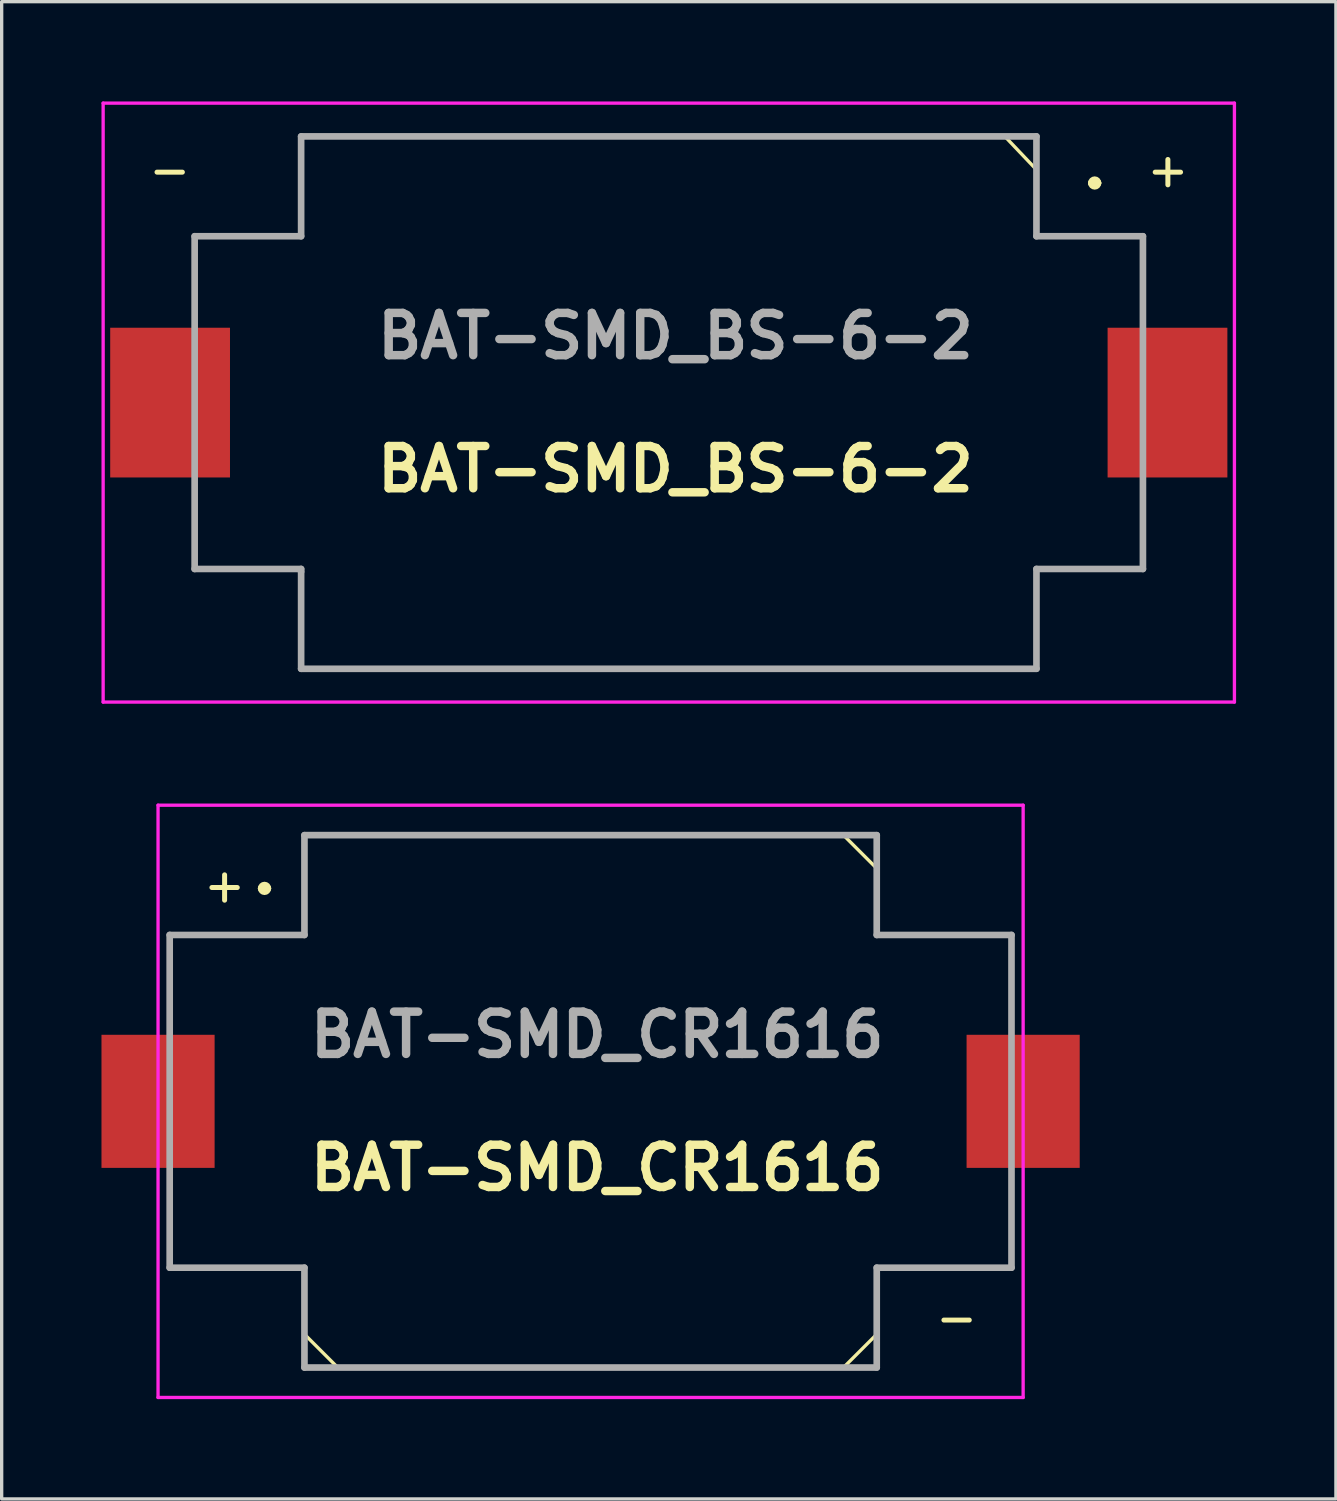
<source format=kicad_pcb>
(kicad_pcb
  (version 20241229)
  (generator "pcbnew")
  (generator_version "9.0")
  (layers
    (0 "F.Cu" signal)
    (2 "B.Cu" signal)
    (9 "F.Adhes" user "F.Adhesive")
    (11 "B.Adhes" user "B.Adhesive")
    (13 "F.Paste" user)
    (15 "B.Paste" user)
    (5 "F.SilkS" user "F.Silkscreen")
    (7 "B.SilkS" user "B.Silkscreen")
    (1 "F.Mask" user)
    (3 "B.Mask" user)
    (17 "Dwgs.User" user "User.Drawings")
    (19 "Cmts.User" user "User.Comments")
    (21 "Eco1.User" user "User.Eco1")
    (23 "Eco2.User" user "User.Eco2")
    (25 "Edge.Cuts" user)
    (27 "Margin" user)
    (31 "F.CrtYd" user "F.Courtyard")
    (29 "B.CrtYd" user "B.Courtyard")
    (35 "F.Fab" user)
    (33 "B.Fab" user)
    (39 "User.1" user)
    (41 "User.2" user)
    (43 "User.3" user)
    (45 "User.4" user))
  (footprint "BAT-SMD_BS-6-2"
    (layer "F.Cu")
    (at 17.05 9.05)
    (property "Reference" "BAT-SMD_BS-6-2" (at 0.2 2 180) (layer "F.SilkS") (effects (font (size 1.27 1.27) (thickness 0.254))))
    (attr smd)
    (fp_line (start -14.25 -5) (end -14.25 -2.54) (stroke (width 0.1) (type solid)) (layer "F.SilkS"))
    (fp_line (start -14.25 2.54) (end -14.25 5) (stroke (width 0.1) (type solid)) (layer "F.SilkS"))
    (fp_line (start -14.25 5) (end -11.05 5) (stroke (width 0.1) (type solid)) (layer "F.SilkS"))
    (fp_line (start -11.05 -8) (end -11.05 -5) (stroke (width 0.1) (type solid)) (layer "F.SilkS"))
    (fp_line (start -11.05 -5) (end -14.25 -5) (stroke (width 0.1) (type solid)) (layer "F.SilkS"))
    (fp_line (start -11.05 5) (end -11.05 8) (stroke (width 0.1) (type solid)) (layer "F.SilkS"))
    (fp_line (start -11.05 8) (end 11.05 8) (stroke (width 0.1) (type solid)) (layer "F.SilkS"))
    (fp_line (start 10.1 -8) (end -11.05 -8) (stroke (width 0.1) (type solid)) (layer "F.SilkS"))
    (fp_line (start 10.1 -8) (end 11.05 -7) (stroke (width 0.1) (type solid)) (layer "F.SilkS"))
    (fp_line (start 11.05 -5) (end 11.05 -7) (stroke (width 0.1) (type solid)) (layer "F.SilkS"))
    (fp_line (start 11.05 5) (end 14.25 5) (stroke (width 0.1) (type solid)) (layer "F.SilkS"))
    (fp_line (start 11.05 5.08) (end 11.05 5) (stroke (width 0.1) (type solid)) (layer "F.SilkS"))
    (fp_line (start 11.05 8) (end 11.05 5.08) (stroke (width 0.1) (type solid)) (layer "F.SilkS"))
    (fp_line (start 12.7 -6.6) (end 12.7 -6.6) (stroke (width 0.2) (type solid)) (layer "F.SilkS"))
    (fp_line (start 12.9 -6.6) (end 12.9 -6.6) (stroke (width 0.2) (type solid)) (layer "F.SilkS"))
    (fp_line (start 14.25 -5) (end 11.05 -5) (stroke (width 0.1) (type solid)) (layer "F.SilkS"))
    (fp_line (start 14.25 -2.54) (end 14.25 -5) (stroke (width 0.1) (type solid)) (layer "F.SilkS"))
    (fp_line (start 14.25 5) (end 14.25 2.54) (stroke (width 0.1) (type solid)) (layer "F.SilkS"))
    (fp_arc (start 12.7 -6.6) (mid 12.8 -6.7) (end 12.9 -6.6) (stroke (width 0.2) (type solid)) (layer "F.SilkS"))
    (fp_arc (start 12.9 -6.6) (mid 12.8 -6.5) (end 12.7 -6.6) (stroke (width 0.2) (type solid)) (layer "F.SilkS"))
    (fp_line (start -17 -9) (end 17 -9) (stroke (width 0.1) (type solid)) (layer "F.CrtYd"))
    (fp_line (start -17 9) (end -17 -9) (stroke (width 0.1) (type solid)) (layer "F.CrtYd"))
    (fp_line (start 17 -9) (end 17 9) (stroke (width 0.1) (type solid)) (layer "F.CrtYd"))
    (fp_line (start 17 9) (end -17 9) (stroke (width 0.1) (type solid)) (layer "F.CrtYd"))
    (fp_line (start -14.25 -5) (end -11.05 -5) (stroke (width 0.2) (type solid)) (layer "F.Fab"))
    (fp_line (start -14.25 5) (end -14.25 -5) (stroke (width 0.2) (type solid)) (layer "F.Fab"))
    (fp_line (start -11.05 -8) (end 11.05 -8) (stroke (width 0.2) (type solid)) (layer "F.Fab"))
    (fp_line (start -11.05 -5) (end -11.05 -8) (stroke (width 0.2) (type solid)) (layer "F.Fab"))
    (fp_line (start -11.05 5) (end -14.25 5) (stroke (width 0.2) (type solid)) (layer "F.Fab"))
    (fp_line (start -11.05 5.08) (end -11.05 5) (stroke (width 0.2) (type solid)) (layer "F.Fab"))
    (fp_line (start -11.05 8) (end -11.05 5.08) (stroke (width 0.2) (type solid)) (layer "F.Fab"))
    (fp_line (start 11.05 -8) (end 11.05 -5) (stroke (width 0.2) (type solid)) (layer "F.Fab"))
    (fp_line (start 11.05 -5) (end 14.25 -5) (stroke (width 0.2) (type solid)) (layer "F.Fab"))
    (fp_line (start 11.05 5) (end 11.05 8) (stroke (width 0.2) (type solid)) (layer "F.Fab"))
    (fp_line (start 11.05 8) (end -11.05 8) (stroke (width 0.2) (type solid)) (layer "F.Fab"))
    (fp_line (start 14.25 -5) (end 14.25 5) (stroke (width 0.2) (type solid)) (layer "F.Fab"))
    (fp_line (start 14.25 5) (end 11.05 5) (stroke (width 0.2) (type solid)) (layer "F.Fab"))
    (fp_text user "+" (at 15 -7 0) (layer "F.SilkS") (effects (font (size 1 1) (thickness 0.15))))
    (fp_text user "-" (at -15 -7 0) (layer "F.SilkS") (effects (font (size 1 1) (thickness 0.15))))
    (fp_text user "${REFERENCE}" (at 0.2 -2 180) (layer "F.Fab") (effects (font (size 1.27 1.27) (thickness 0.254))))
    (pad "1" smd rect (at 14.988 0) (size 3.6 4.5) (layers "F.Cu" "F.Mask" "F.Paste"))
    (pad "2" smd rect (at -14.988 0) (size 3.6 4.5) (layers "F.Cu" "F.Mask" "F.Paste")))
  (footprint "BAT-SMD_CR1616"
    (layer "F.Cu")
    (at 14.7 30.05)
    (property "Reference" "BAT-SMD_CR1616" (at 0.2 2 180) (layer "F.SilkS") (effects (font (size 1.27 1.27) (thickness 0.254))))
    (attr smd)
    (fp_line (start -12.65 -5) (end -12.65 -2.54) (stroke (width 0.1) (type solid)) (layer "F.SilkS"))
    (fp_line (start -12.65 2.54) (end -12.65 5) (stroke (width 0.1) (type solid)) (layer "F.SilkS"))
    (fp_line (start -12.65 5) (end -8.6 5) (stroke (width 0.1) (type solid)) (layer "F.SilkS"))
    (fp_line (start -9.9 -6.4) (end -9.9 -6.4) (stroke (width 0.2) (type solid)) (layer "F.SilkS"))
    (fp_line (start -9.7 -6.4) (end -9.7 -6.4) (stroke (width 0.2) (type solid)) (layer "F.SilkS"))
    (fp_line (start -8.6 -8) (end -8.6 -5) (stroke (width 0.1) (type solid)) (layer "F.SilkS"))
    (fp_line (start -8.6 -5) (end -12.65 -5) (stroke (width 0.1) (type solid)) (layer "F.SilkS"))
    (fp_line (start -8.6 5) (end -8.6 7) (stroke (width 0.1) (type solid)) (layer "F.SilkS"))
    (fp_line (start -7.6 8) (end -8.6 7) (stroke (width 0.1) (type solid)) (layer "F.SilkS"))
    (fp_line (start -7.6 8) (end 7.6 8) (stroke (width 0.1) (type solid)) (layer "F.SilkS"))
    (fp_line (start 7.6 -8) (end -8.6 -8) (stroke (width 0.1) (type solid)) (layer "F.SilkS"))
    (fp_line (start 7.6 8) (end 8.6 7) (stroke (width 0.1) (type solid)) (layer "F.SilkS"))
    (fp_line (start 8.6 -7) (end 7.6 -8) (stroke (width 0.1) (type solid)) (layer "F.SilkS"))
    (fp_line (start 8.6 -5) (end 8.6 -7) (stroke (width 0.1) (type solid)) (layer "F.SilkS"))
    (fp_line (start 8.6 5) (end 12.65 5) (stroke (width 0.1) (type solid)) (layer "F.SilkS"))
    (fp_line (start 8.6 7) (end 8.6 5) (stroke (width 0.1) (type solid)) (layer "F.SilkS"))
    (fp_line (start 12.65 -5) (end 8.6 -5) (stroke (width 0.1) (type solid)) (layer "F.SilkS"))
    (fp_line (start 12.65 -2.54) (end 12.65 -5) (stroke (width 0.1) (type solid)) (layer "F.SilkS"))
    (fp_line (start 12.65 5) (end 12.65 2.54) (stroke (width 0.1) (type solid)) (layer "F.SilkS"))
    (fp_arc (start -9.9 -6.4) (mid -9.8 -6.5) (end -9.7 -6.4) (stroke (width 0.2) (type solid)) (layer "F.SilkS"))
    (fp_arc (start -9.7 -6.4) (mid -9.8 -6.3) (end -9.9 -6.4) (stroke (width 0.2) (type solid)) (layer "F.SilkS"))
    (fp_line (start -13 -8.9) (end 13 -8.9) (stroke (width 0.1) (type solid)) (layer "F.CrtYd"))
    (fp_line (start -13 8.9) (end -13 -8.9) (stroke (width 0.1) (type solid)) (layer "F.CrtYd"))
    (fp_line (start 13 -8.9) (end 13 8.9) (stroke (width 0.1) (type solid)) (layer "F.CrtYd"))
    (fp_line (start 13 8.9) (end -13 8.9) (stroke (width 0.1) (type solid)) (layer "F.CrtYd"))
    (fp_line (start -12.65 -5) (end -8.6 -5) (stroke (width 0.2) (type solid)) (layer "F.Fab"))
    (fp_line (start -12.65 5) (end -12.65 -5) (stroke (width 0.2) (type solid)) (layer "F.Fab"))
    (fp_line (start -8.6 -8) (end 8.6 -8) (stroke (width 0.2) (type solid)) (layer "F.Fab"))
    (fp_line (start -8.6 -5) (end -8.6 -8) (stroke (width 0.2) (type solid)) (layer "F.Fab"))
    (fp_line (start -8.6 5) (end -12.65 5) (stroke (width 0.2) (type solid)) (layer "F.Fab"))
    (fp_line (start -8.6 8) (end -8.6 5) (stroke (width 0.2) (type solid)) (layer "F.Fab"))
    (fp_line (start 8.6 -8) (end 8.6 -5) (stroke (width 0.2) (type solid)) (layer "F.Fab"))
    (fp_line (start 8.6 -5) (end 12.65 -5) (stroke (width 0.2) (type solid)) (layer "F.Fab"))
    (fp_line (start 8.6 5) (end 8.6 8) (stroke (width 0.2) (type solid)) (layer "F.Fab"))
    (fp_line (start 8.6 8) (end -8.6 8) (stroke (width 0.2) (type solid)) (layer "F.Fab"))
    (fp_line (start 12.65 -5) (end 12.65 5) (stroke (width 0.2) (type solid)) (layer "F.Fab"))
    (fp_line (start 12.65 5) (end 8.6 5) (stroke (width 0.2) (type solid)) (layer "F.Fab"))
    (fp_text user "+" (at -11 -6.5 180) (layer "F.SilkS") (effects (font (size 1 1) (thickness 0.15))))
    (fp_text user "-" (at 11 6.5 180) (layer "F.SilkS") (effects (font (size 1 1) (thickness 0.15))))
    (fp_text user "${REFERENCE}" (at 0.2 -2 180) (layer "F.Fab") (effects (font (size 1.27 1.27) (thickness 0.254))))
    (pad "1" smd rect (at -13 0 180) (size 3.4 4) (layers "F.Cu" "F.Mask" "F.Paste"))
    (pad "2" smd rect (at 13 0 180) (size 3.4 4) (layers "F.Cu" "F.Mask" "F.Paste")))
  (gr_rect
    (start -3 -3)
    (end 37.1 42)
    (stroke (width 0.1) (type default))
    (fill no)
    (layer "Edge.Cuts")))
</source>
